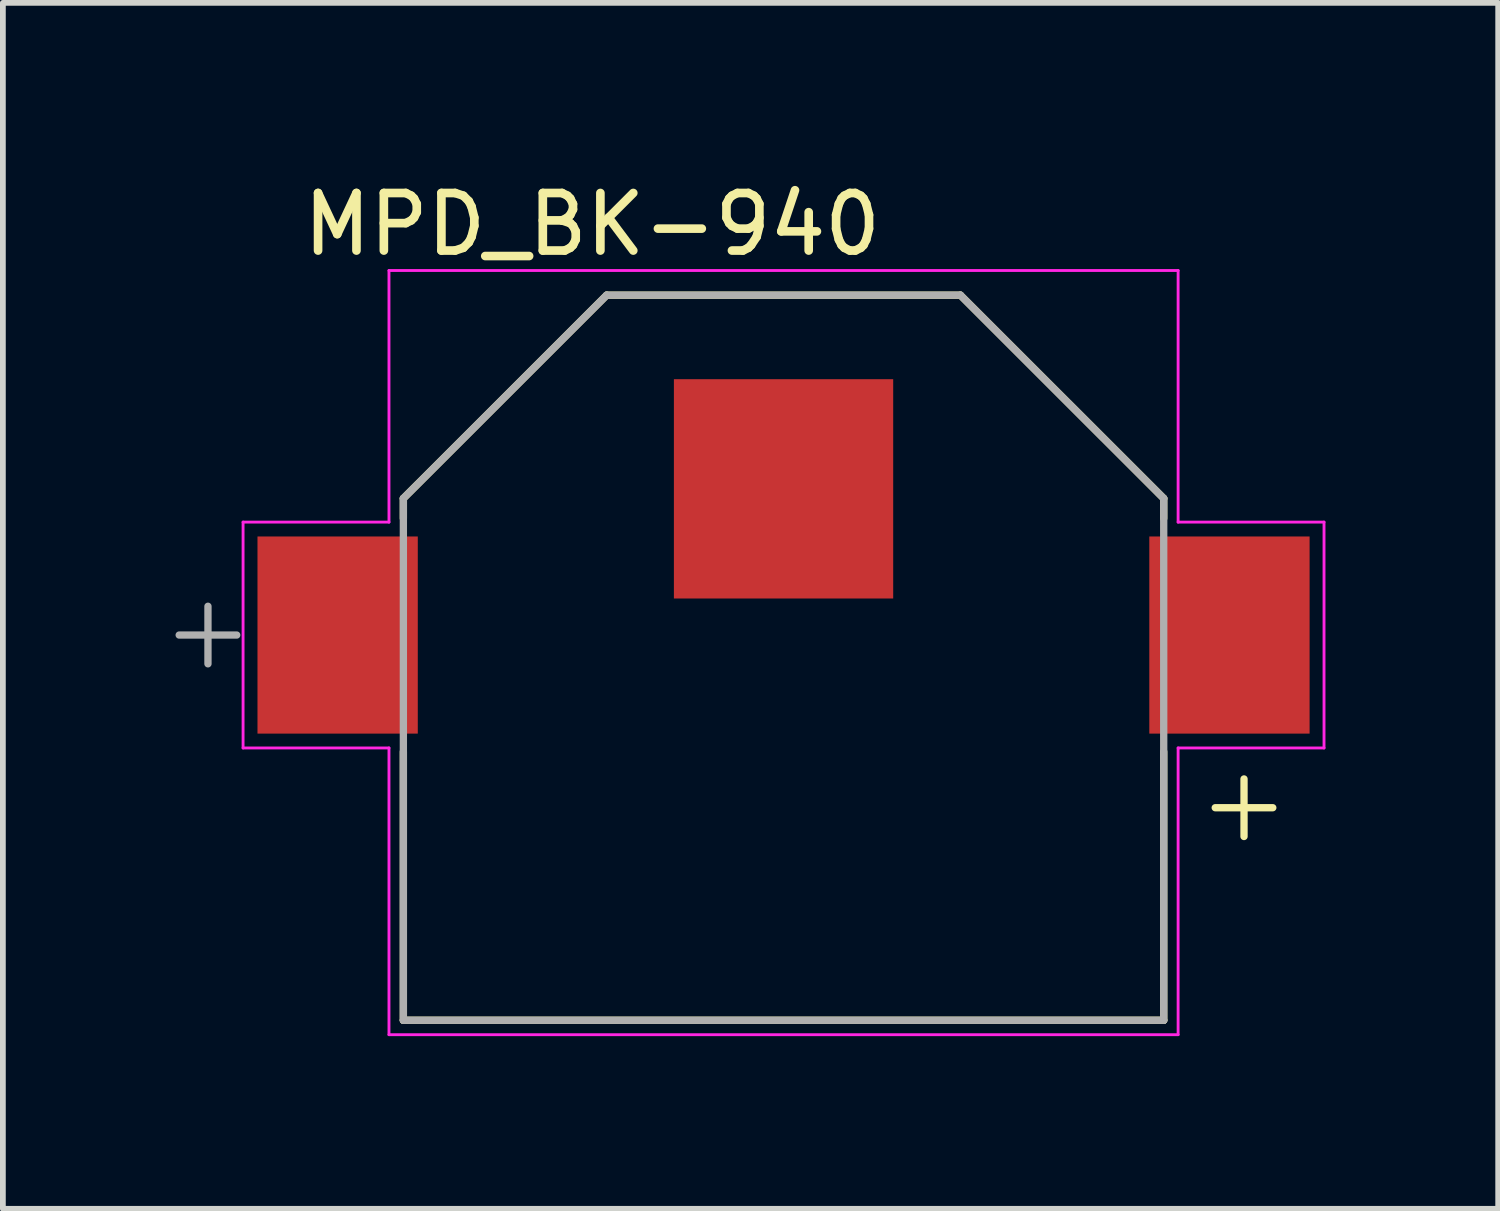
<source format=kicad_pcb>
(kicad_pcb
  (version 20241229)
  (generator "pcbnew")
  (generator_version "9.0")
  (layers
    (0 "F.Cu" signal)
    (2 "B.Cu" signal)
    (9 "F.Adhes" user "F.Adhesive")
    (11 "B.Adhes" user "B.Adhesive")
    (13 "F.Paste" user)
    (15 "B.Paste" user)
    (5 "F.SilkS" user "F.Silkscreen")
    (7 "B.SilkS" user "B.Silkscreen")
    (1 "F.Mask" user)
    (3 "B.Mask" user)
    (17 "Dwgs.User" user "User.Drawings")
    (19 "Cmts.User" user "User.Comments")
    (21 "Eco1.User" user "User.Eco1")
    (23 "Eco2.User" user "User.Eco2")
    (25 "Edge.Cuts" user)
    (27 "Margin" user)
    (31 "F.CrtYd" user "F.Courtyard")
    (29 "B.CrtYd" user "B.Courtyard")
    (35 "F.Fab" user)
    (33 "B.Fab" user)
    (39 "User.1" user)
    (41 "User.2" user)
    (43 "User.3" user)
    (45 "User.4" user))
  (footprint "MPD_BK-940"
    (layer "F.Cu")
    (at 10.563 7.983)
    (property "Reference" "MPD_BK-940" (at -3.325 -7.135 0) (layer "F.SilkS") (effects (font (size 1 1) (thickness 0.15))))
    (attr smd)
    (fp_line (start -6.605 -2.374) (end -6.605 -2.026) (stroke (width 0.127) (type solid)) (layer "F.SilkS"))
    (fp_line (start -6.605 2.026) (end -6.605 6.693) (stroke (width 0.127) (type solid)) (layer "F.SilkS"))
    (fp_line (start -6.605 6.693) (end 6.605 6.693) (stroke (width 0.127) (type solid)) (layer "F.SilkS"))
    (fp_line (start -3.073 -5.905) (end -6.605 -2.374) (stroke (width 0.127) (type solid)) (layer "F.SilkS"))
    (fp_line (start -3.073 -5.905) (end 3.073 -5.905) (stroke (width 0.127) (type solid)) (layer "F.SilkS"))
    (fp_line (start 3.073 -5.905) (end 6.605 -2.374) (stroke (width 0.127) (type solid)) (layer "F.SilkS"))
    (fp_line (start 6.605 -2.374) (end 6.605 -2.026) (stroke (width 0.127) (type solid)) (layer "F.SilkS"))
    (fp_line (start 6.605 2.026) (end 6.605 6.693) (stroke (width 0.127) (type solid)) (layer "F.SilkS"))
    (fp_line (start 7.5 3) (end 8.5 3) (stroke (width 0.127) (type solid)) (layer "F.SilkS"))
    (fp_line (start 8 2.5) (end 8 3.5) (stroke (width 0.127) (type solid)) (layer "F.SilkS"))
    (fp_line (start -9.39 -1.962) (end -9.39 1.962) (stroke (width 0.05) (type solid)) (layer "F.CrtYd"))
    (fp_line (start -9.39 -1.962) (end -6.855 -1.962) (stroke (width 0.05) (type solid)) (layer "F.CrtYd"))
    (fp_line (start -6.855 -6.333) (end 6.855 -6.333) (stroke (width 0.05) (type solid)) (layer "F.CrtYd"))
    (fp_line (start -6.855 -1.962) (end -6.855 -6.333) (stroke (width 0.05) (type solid)) (layer "F.CrtYd"))
    (fp_line (start -6.855 1.962) (end -9.39 1.962) (stroke (width 0.05) (type solid)) (layer "F.CrtYd"))
    (fp_line (start -6.855 6.943) (end -6.855 1.962) (stroke (width 0.05) (type solid)) (layer "F.CrtYd"))
    (fp_line (start 6.855 -6.333) (end 6.855 -1.962) (stroke (width 0.05) (type solid)) (layer "F.CrtYd"))
    (fp_line (start 6.855 -1.962) (end 9.39 -1.962) (stroke (width 0.05) (type solid)) (layer "F.CrtYd"))
    (fp_line (start 6.855 1.962) (end 9.39 1.962) (stroke (width 0.05) (type solid)) (layer "F.CrtYd"))
    (fp_line (start 6.855 6.943) (end -6.855 6.943) (stroke (width 0.05) (type solid)) (layer "F.CrtYd"))
    (fp_line (start 6.855 6.943) (end 6.855 1.962) (stroke (width 0.05) (type solid)) (layer "F.CrtYd"))
    (fp_line (start 9.39 -1.962) (end 9.39 1.962) (stroke (width 0.05) (type solid)) (layer "F.CrtYd"))
    (fp_line (start -10.5 0) (end -9.5 0) (stroke (width 0.127) (type solid)) (layer "F.Fab"))
    (fp_line (start -10 -0.5) (end -10 0.5) (stroke (width 0.127) (type solid)) (layer "F.Fab"))
    (fp_line (start -6.605 -2.374) (end -6.605 6.693) (stroke (width 0.127) (type solid)) (layer "F.Fab"))
    (fp_line (start -6.605 6.693) (end 6.605 6.693) (stroke (width 0.127) (type solid)) (layer "F.Fab"))
    (fp_line (start -3.073 -5.905) (end -6.605 -2.374) (stroke (width 0.127) (type solid)) (layer "F.Fab"))
    (fp_line (start -3.073 -5.905) (end 3.073 -5.905) (stroke (width 0.127) (type solid)) (layer "F.Fab"))
    (fp_line (start 3.073 -5.905) (end 6.605 -2.374) (stroke (width 0.127) (type solid)) (layer "F.Fab"))
    (fp_line (start 6.605 -2.374) (end 6.605 6.693) (stroke (width 0.127) (type solid)) (layer "F.Fab"))
    (pad "N" smd rect (at 0 -2.54) (size 3.81 3.81) (layers "F.Cu" "F.Mask"))
    (pad "P1" smd rect (at -7.747 0) (size 2.785 3.425) (layers "F.Cu" "F.Mask" "F.Paste"))
    (pad "P2" smd rect (at 7.747 0) (size 2.785 3.425) (layers "F.Cu" "F.Mask" "F.Paste")))
  (gr_rect
    (start -3 -3)
    (end 22.979 17.951)
    (stroke (width 0.1) (type default))
    (fill no)
    (layer "Edge.Cuts")))
</source>
